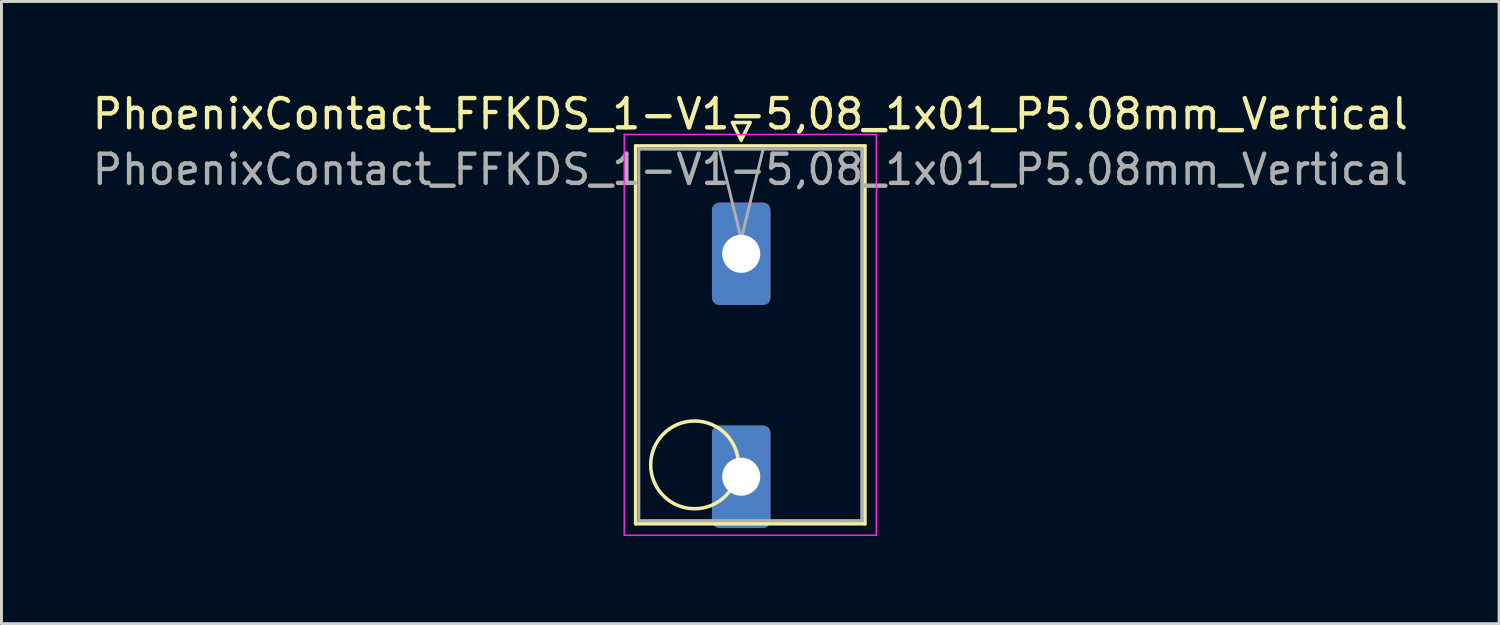
<source format=kicad_pcb>
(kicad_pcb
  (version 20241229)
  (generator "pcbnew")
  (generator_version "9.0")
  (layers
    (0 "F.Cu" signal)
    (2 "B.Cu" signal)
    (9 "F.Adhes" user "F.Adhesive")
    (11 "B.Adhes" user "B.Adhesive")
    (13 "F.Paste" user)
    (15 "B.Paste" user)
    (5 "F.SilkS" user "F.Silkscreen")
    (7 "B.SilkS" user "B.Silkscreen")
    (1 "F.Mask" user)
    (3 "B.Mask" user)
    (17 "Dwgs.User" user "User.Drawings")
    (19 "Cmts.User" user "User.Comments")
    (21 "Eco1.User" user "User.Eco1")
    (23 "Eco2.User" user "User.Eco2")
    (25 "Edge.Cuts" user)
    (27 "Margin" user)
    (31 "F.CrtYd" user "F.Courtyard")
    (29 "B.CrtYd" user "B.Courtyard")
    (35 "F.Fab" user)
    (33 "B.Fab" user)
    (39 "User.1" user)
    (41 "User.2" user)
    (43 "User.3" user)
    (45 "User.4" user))
  (footprint "PhoenixContact_FFKDS_1-V1-5,08_1x01_P5.08mm_Vertical"
    (layer "F.Cu")
    (at 22.291 5.628)
    (property "Reference" "PhoenixContact_FFKDS_1-V1-5,08_1x01_P5.08mm_Vertical" (at 0.31 -4.78 0) (layer "F.SilkS") (effects (font (size 1 1) (thickness 0.15))))
    (attr through_hole)
    (fp_line (start -3.61 -3.69) (end -3.61 9.23) (stroke (width 0.12) (type solid)) (layer "F.SilkS"))
    (fp_line (start -3.61 9.23) (end 4.23 9.23) (stroke (width 0.12) (type solid)) (layer "F.SilkS"))
    (fp_line (start -0.3 -4.49) (end 0.3 -4.49) (stroke (width 0.12) (type solid)) (layer "F.SilkS"))
    (fp_line (start 0 -3.89) (end -0.3 -4.49) (stroke (width 0.12) (type solid)) (layer "F.SilkS"))
    (fp_line (start 0.3 -4.49) (end 0 -3.89) (stroke (width 0.12) (type solid)) (layer "F.SilkS"))
    (fp_line (start 4.23 -3.69) (end -3.61 -3.69) (stroke (width 0.12) (type solid)) (layer "F.SilkS"))
    (fp_line (start 4.23 9.23) (end 4.23 -3.69) (stroke (width 0.12) (type solid)) (layer "F.SilkS"))
    (fp_circle (center -1.595 7.215) (end -0.095 7.215) (stroke (width 0.12) (type solid)) (fill no) (layer "F.SilkS"))
    (fp_line (start -4 -4.08) (end -4 9.62) (stroke (width 0.05) (type solid)) (layer "F.CrtYd"))
    (fp_line (start -4 9.62) (end 4.62 9.62) (stroke (width 0.05) (type solid)) (layer "F.CrtYd"))
    (fp_line (start 4.62 -4.08) (end -4 -4.08) (stroke (width 0.05) (type solid)) (layer "F.CrtYd"))
    (fp_line (start 4.62 9.62) (end 4.62 -4.08) (stroke (width 0.05) (type solid)) (layer "F.CrtYd"))
    (fp_line (start -3.5 -3.58) (end -3.5 9.12) (stroke (width 0.1) (type solid)) (layer "F.Fab"))
    (fp_line (start -3.5 9.12) (end 4.12 9.12) (stroke (width 0.1) (type solid)) (layer "F.Fab"))
    (fp_line (start 0 -0.5) (end -0.75 -3.58) (stroke (width 0.1) (type solid)) (layer "F.Fab"))
    (fp_line (start 0.75 -3.58) (end 0 -0.5) (stroke (width 0.1) (type solid)) (layer "F.Fab"))
    (fp_line (start 4.12 -3.58) (end -3.5 -3.58) (stroke (width 0.1) (type solid)) (layer "F.Fab"))
    (fp_line (start 4.12 9.12) (end 4.12 -3.58) (stroke (width 0.1) (type solid)) (layer "F.Fab"))
    (fp_text user "${REFERENCE}" (at 0.31 -2.88 0) (layer "F.Fab") (effects (font (size 1 1) (thickness 0.15))))
    (pad "1" thru_hole roundrect (at 0 0) (size 2 3.5) (drill 1.3) (layers "*.Cu" "*.Mask") (roundrect_rratio 0.125))
    (pad "1" thru_hole roundrect (at 0 7.62) (size 2 3.5) (drill 1.3) (layers "*.Cu" "*.Mask") (roundrect_rratio 0.125)))
  (gr_rect
    (start -3 -3)
    (end 48.202 18.273)
    (stroke (width 0.1) (type default))
    (fill no)
    (layer "Edge.Cuts")))
</source>
